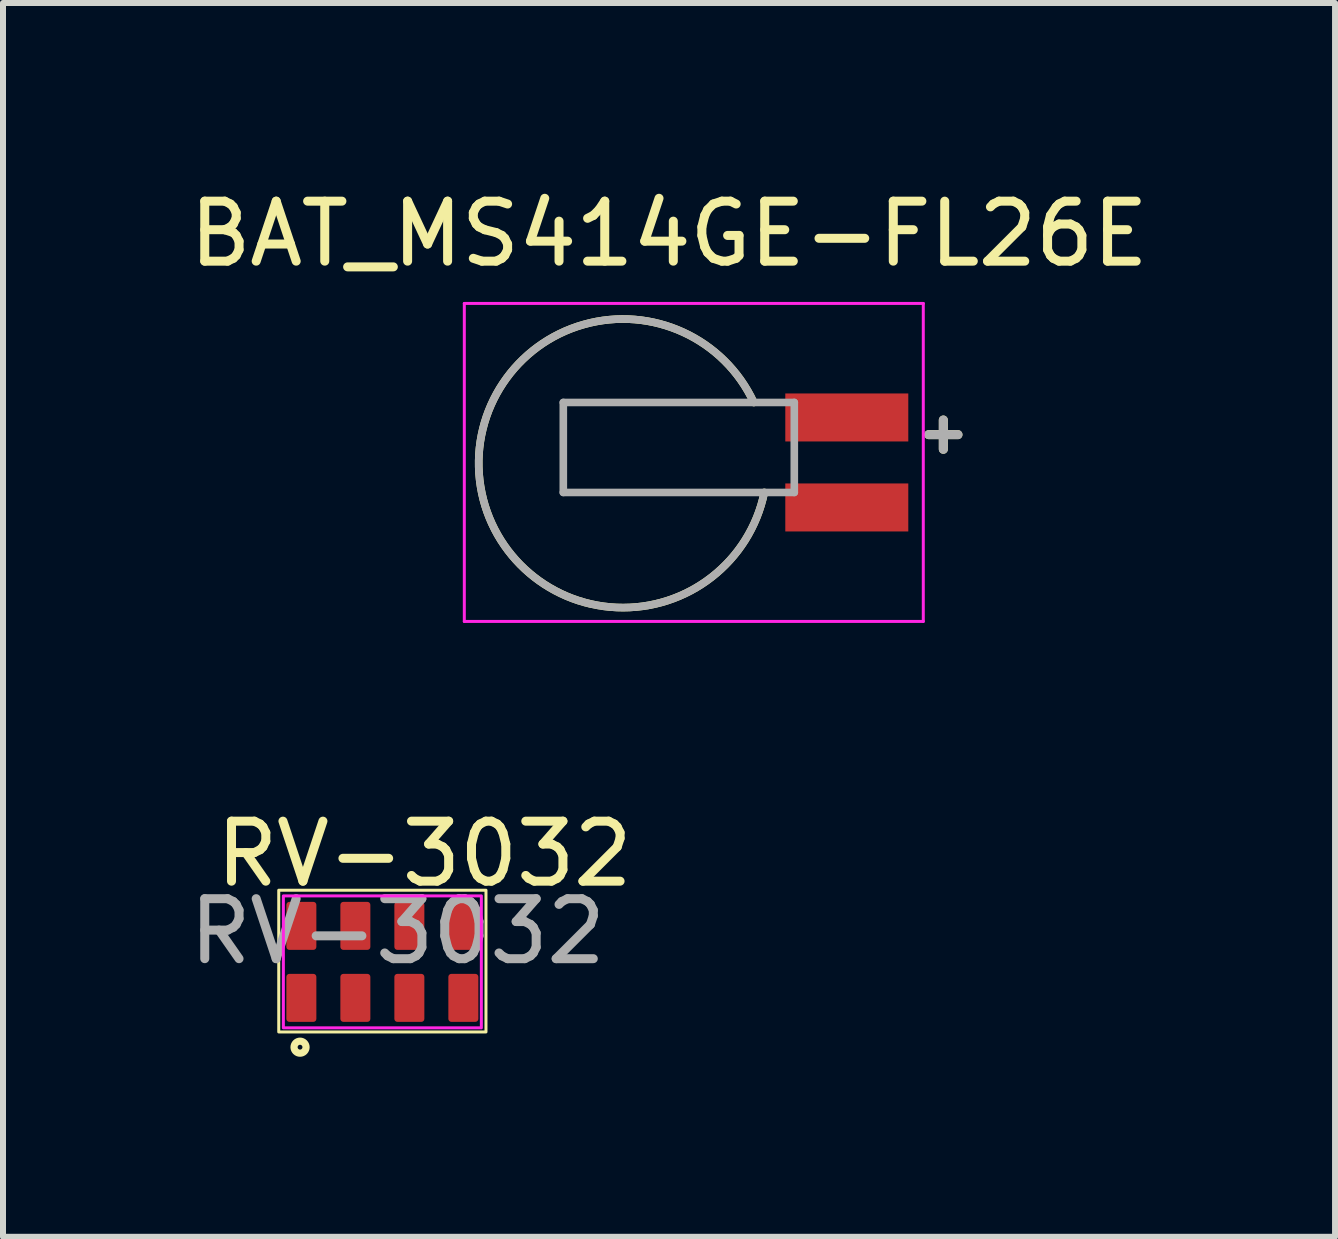
<source format=kicad_pcb>
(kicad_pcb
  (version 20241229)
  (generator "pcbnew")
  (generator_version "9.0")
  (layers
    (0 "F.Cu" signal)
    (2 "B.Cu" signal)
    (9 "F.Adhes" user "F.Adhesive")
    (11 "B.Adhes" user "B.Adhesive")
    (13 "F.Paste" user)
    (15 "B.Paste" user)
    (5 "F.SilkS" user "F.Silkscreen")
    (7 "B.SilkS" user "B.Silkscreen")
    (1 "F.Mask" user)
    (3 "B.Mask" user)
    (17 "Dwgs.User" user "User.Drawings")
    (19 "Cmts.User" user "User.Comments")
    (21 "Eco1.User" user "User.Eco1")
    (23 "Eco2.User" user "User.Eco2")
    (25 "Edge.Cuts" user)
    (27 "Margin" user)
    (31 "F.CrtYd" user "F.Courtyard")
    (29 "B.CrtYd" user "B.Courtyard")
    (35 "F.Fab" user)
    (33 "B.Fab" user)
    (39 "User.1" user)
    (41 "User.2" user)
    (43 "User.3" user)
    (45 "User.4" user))
  (footprint "BAT_MS414GE-FL26E"
    (layer "F.Cu")
    (at 7.339 4.658)
    (property "Reference" "BAT_MS414GE-FL26E" (at 0.762 -3.81 0) (layer "F.SilkS") (effects (font (size 1 1) (thickness 0.15))))
    (attr smd)
    (fp_arc (start 2.35 0.5) (mid -2.393882 0.293246) (end 2.175 -1) (stroke (width 0.127) (type solid)) (layer "F.SilkS"))
    (fp_line (start -2.65 -2.65) (end 5 -2.65) (stroke (width 0.05) (type solid)) (layer "F.CrtYd"))
    (fp_line (start -2.65 2.65) (end -2.65 -2.65) (stroke (width 0.05) (type solid)) (layer "F.CrtYd"))
    (fp_line (start 5 -2.65) (end 5 2.65) (stroke (width 0.05) (type solid)) (layer "F.CrtYd"))
    (fp_line (start 5 2.65) (end -2.65 2.65) (stroke (width 0.05) (type solid)) (layer "F.CrtYd"))
    (fp_line (start -1 -1) (end 2.85 -1) (stroke (width 0.127) (type solid)) (layer "F.Fab"))
    (fp_line (start -1 0.5) (end -1 -1) (stroke (width 0.127) (type solid)) (layer "F.Fab"))
    (fp_line (start 2.85 -1) (end 2.85 0.5) (stroke (width 0.127) (type solid)) (layer "F.Fab"))
    (fp_line (start 2.85 0.5) (end -1 0.5) (stroke (width 0.127) (type solid)) (layer "F.Fab"))
    (fp_arc (start 2.35 0.5) (mid -2.393882 0.293246) (end 2.175 -1) (stroke (width 0.127) (type solid)) (layer "F.Fab"))
    (fp_text user "+" (at 5.334 -0.508 0) (layer "F.SilkS") (effects (font (size 0.64 0.64) (thickness 0.15))))
    (fp_text user "+" (at 5.334 -0.508 0) (layer "F.Fab") (effects (font (size 0.64 0.64) (thickness 0.15))))
    (pad "1" smd rect (at 3.725 -0.75) (size 2.05 0.8) (layers "F.Cu" "F.Mask" "F.Paste"))
    (pad "2" smd rect (at 3.725 0.75) (size 2.05 0.8) (layers "F.Cu" "F.Mask" "F.Paste")))
  (footprint "RV-3032"
    (layer "F.Cu")
    (at 3.323 12.982)
    (property "Reference" "RV-3032" (at 0.7 -1.8 0) (unlocked yes) (layer "F.SilkS") (effects (font (size 1 1) (thickness 0.15))))
    (attr smd)
    (fp_rect (start -1.727 -1.194) (end 1.727 1.168) (stroke (width 0.05) (type default)) (fill no) (layer "F.SilkS"))
    (fp_circle (center -1.372 1.422) (end -1.272 1.422) (stroke (width 0.12) (type default)) (fill no) (layer "F.SilkS"))
    (fp_rect (start -1.65 -1.1) (end 1.65 1.1) (stroke (width 0.05) (type default)) (fill no) (layer "F.CrtYd"))
    (fp_text user "${REFERENCE}" (at 0.254 -0.508 0) (unlocked yes) (layer "F.Fab") (effects (font (size 1 1) (thickness 0.15))))
    (pad "1" smd roundrect (at -1.35 0.6 180) (size 0.5 0.8) (layers "F.Cu" "F.Mask" "F.Paste") (roundrect_rratio 0.1))
    (pad "2" smd roundrect (at -0.45 0.6 180) (size 0.5 0.8) (layers "F.Cu" "F.Mask" "F.Paste") (roundrect_rratio 0.1))
    (pad "3" smd roundrect (at 0.45 0.6 180) (size 0.5 0.8) (layers "F.Cu" "F.Mask" "F.Paste") (roundrect_rratio 0.1))
    (pad "4" smd roundrect (at 1.35 0.6 180) (size 0.5 0.8) (layers "F.Cu" "F.Mask" "F.Paste") (roundrect_rratio 0.1))
    (pad "5" smd roundrect (at 1.35 -0.6) (size 0.5 0.8) (layers "F.Cu" "F.Mask" "F.Paste") (roundrect_rratio 0.1))
    (pad "6" smd roundrect (at 0.45 -0.6) (size 0.5 0.8) (layers "F.Cu" "F.Mask" "F.Paste") (roundrect_rratio 0.1))
    (pad "7" smd roundrect (at -0.45 -0.6) (size 0.5 0.8) (layers "F.Cu" "F.Mask" "F.Paste") (roundrect_rratio 0.1))
    (pad "8" smd roundrect (at -1.35 -0.6) (size 0.5 0.8) (layers "F.Cu" "F.Mask" "F.Paste") (roundrect_rratio 0.1)))
  (gr_rect
    (start -3 -3)
    (end 19.202 17.564)
    (stroke (width 0.1) (type default))
    (fill no)
    (layer "Edge.Cuts")))
</source>
